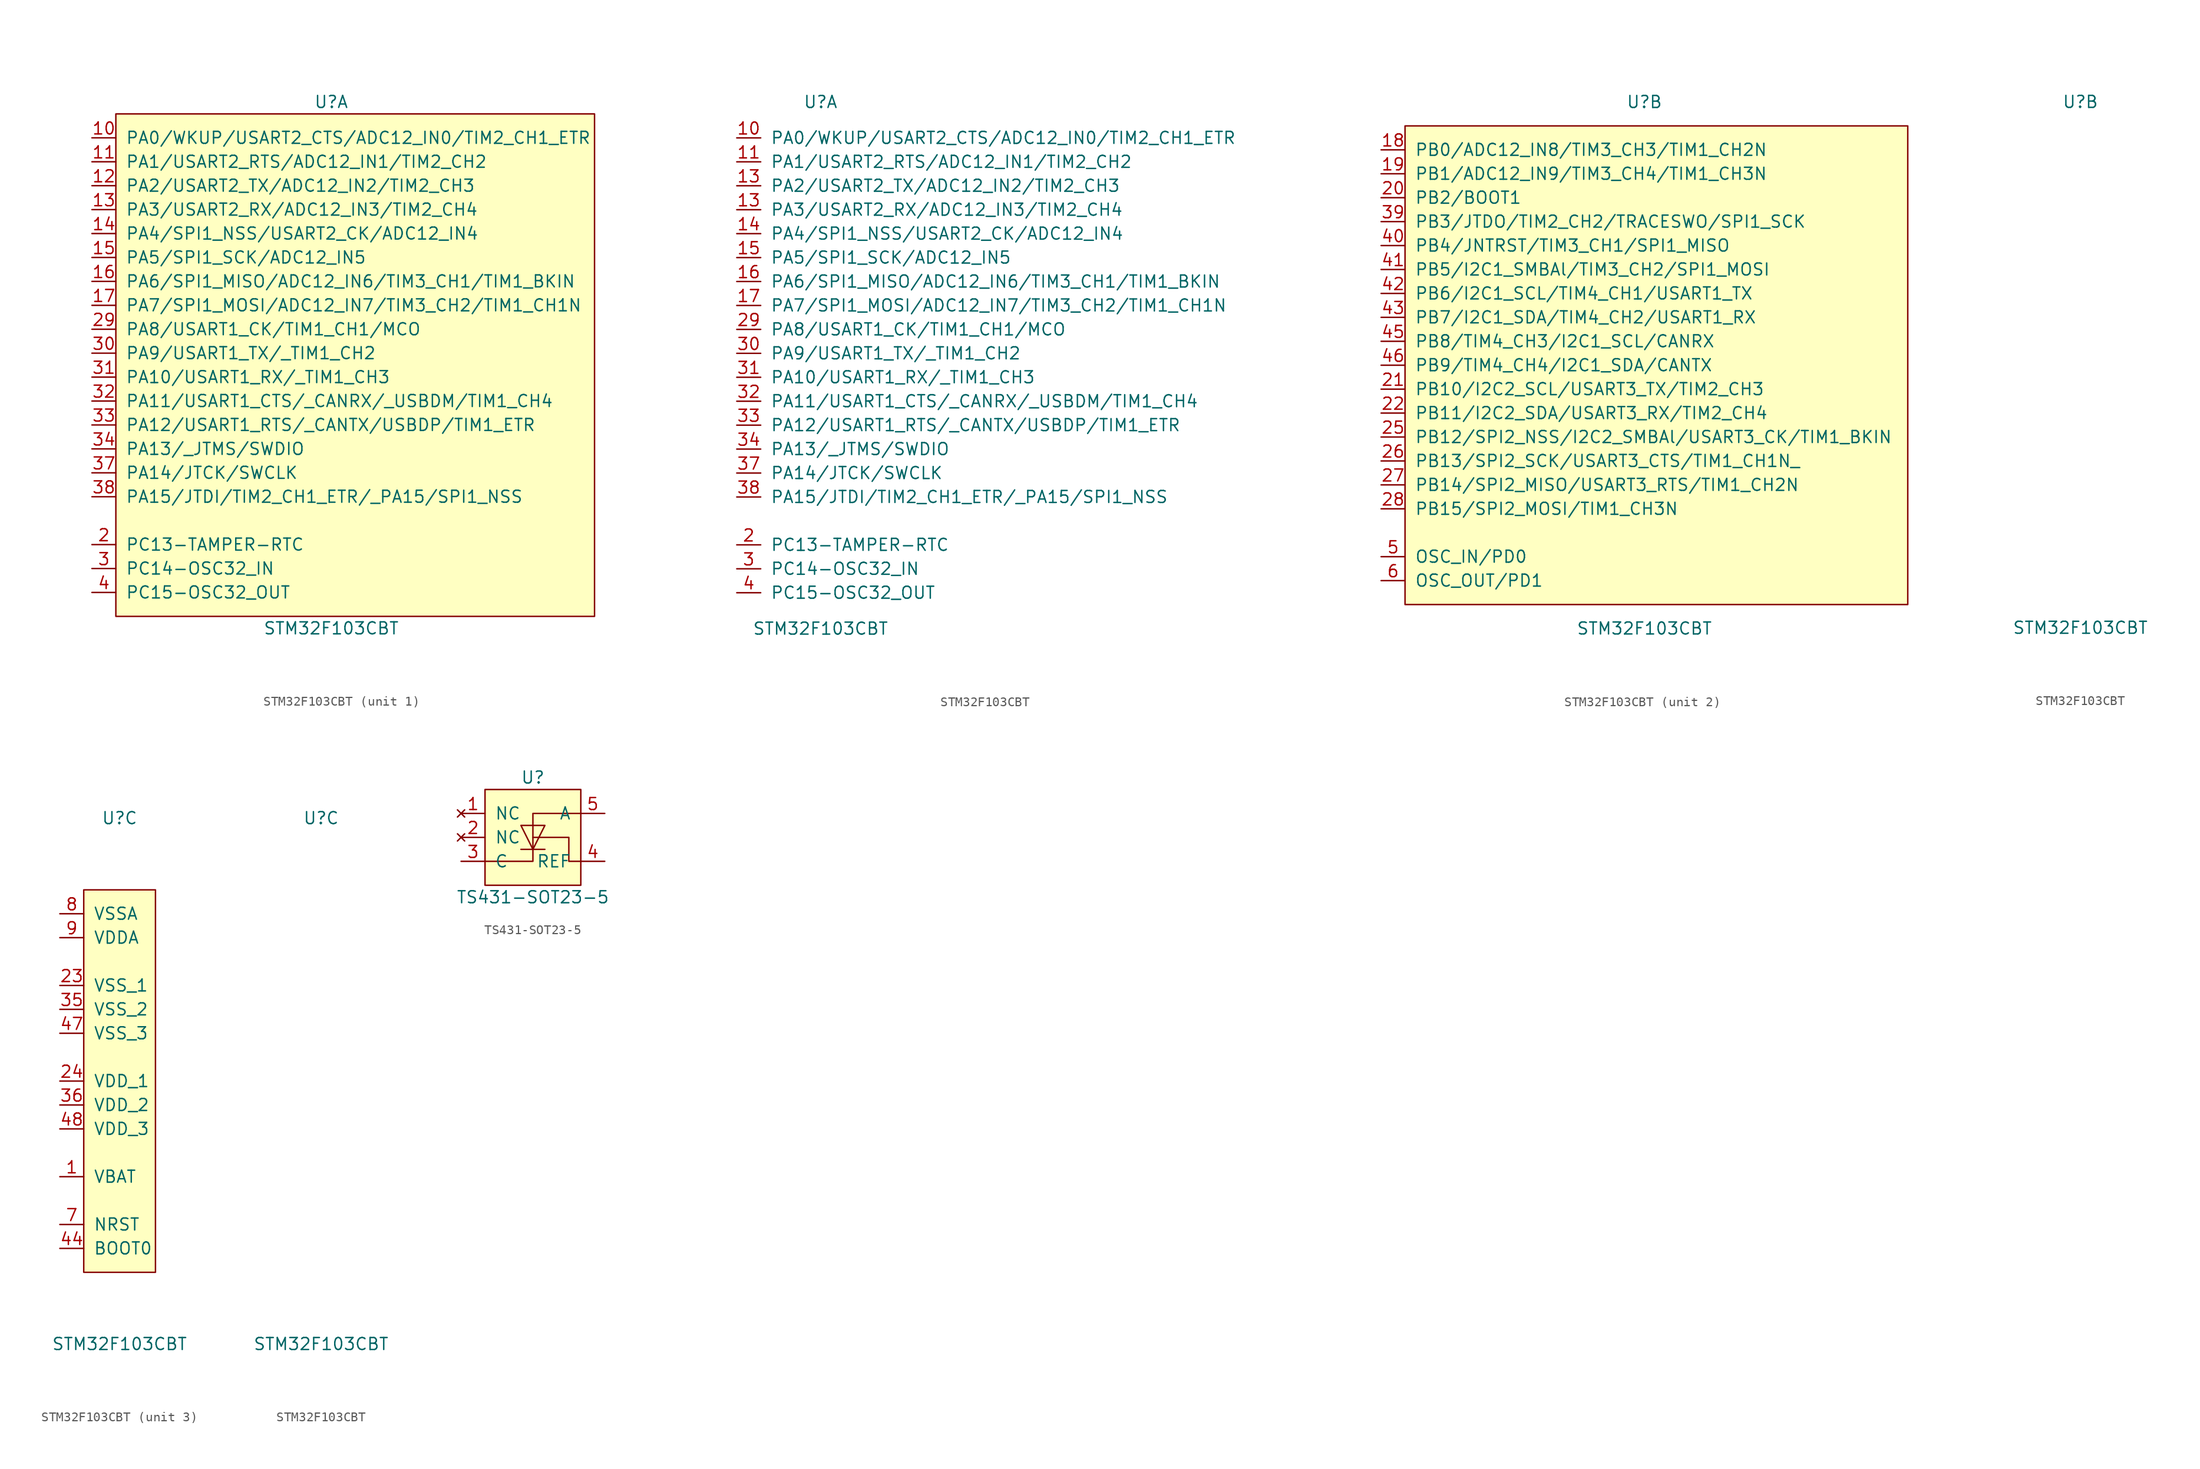
<source format=kicad_sym>
(kicad_symbol_lib
  (version 20211014)
  (generator kicad_symbol_editor)
  (symbol "STM32F103CBT"
    (pin_names
      (offset 1.016))
    (property "Reference" "U"
      (at 0 27.94 0)
      (effects (font (size 1.27 1.27))))
    (property "Value" "STM32F103CBT"
      (at 0 -27.94 0)
      (effects (font (size 1.27 1.27))))
    (property "ki_locked" ""
      (at 0 0 0)
      (effects (font (size 1.27 1.27))))
    (symbol "STM32F103CBT_1_1"
      (rectangle (start -22.86 26.67) (end 27.94 -26.67) (stroke (width 0) (type default) (color 0 0 0 0)) (fill (type background)))
      (pin bidirectional line (at -25.4 24.13 0) (length 2.54) (name "PA0/WKUP/USART2_CTS/ADC12_IN0/TIM2_CH1_ETR" (effects (font (size 1.27 1.27)))) (number "10" (effects (font (size 1.27 1.27)))))
      (pin bidirectional line (at -25.4 21.59 0) (length 2.54) (name "PA1/USART2_RTS/ADC12_IN1/TIM2_CH2" (effects (font (size 1.27 1.27)))) (number "11" (effects (font (size 1.27 1.27)))))
      (pin bidirectional line (at -25.4 19.05 0) (length 2.54) (name "PA2/USART2_TX/ADC12_IN2/TIM2_CH3" (effects (font (size 1.27 1.27)))) (number "12" (effects (font (size 1.27 1.27)))))
      (pin bidirectional line (at -25.4 16.51 0) (length 2.54) (name "PA3/USART2_RX/ADC12_IN3/TIM2_CH4" (effects (font (size 1.27 1.27)))) (number "13" (effects (font (size 1.27 1.27)))))
      (pin bidirectional line (at -25.4 13.97 0) (length 2.54) (name "PA4/SPI1_NSS/USART2_CK/ADC12_IN4" (effects (font (size 1.27 1.27)))) (number "14" (effects (font (size 1.27 1.27)))))
      (pin bidirectional line (at -25.4 11.43 0) (length 2.54) (name "PA5/SPI1_SCK/ADC12_IN5" (effects (font (size 1.27 1.27)))) (number "15" (effects (font (size 1.27 1.27)))))
      (pin bidirectional line (at -25.4 8.89 0) (length 2.54) (name "PA6/SPI1_MISO/ADC12_IN6/TIM3_CH1/TIM1_BKIN" (effects (font (size 1.27 1.27)))) (number "16" (effects (font (size 1.27 1.27)))))
      (pin bidirectional line (at -25.4 6.35 0) (length 2.54) (name "PA7/SPI1_MOSI/ADC12_IN7/TIM3_CH2/TIM1_CH1N" (effects (font (size 1.27 1.27)))) (number "17" (effects (font (size 1.27 1.27)))))
      (pin bidirectional line (at -25.4 -19.05 0) (length 2.54) (name "PC13-TAMPER-RTC" (effects (font (size 1.27 1.27)))) (number "2" (effects (font (size 1.27 1.27)))))
      (pin bidirectional line (at -25.4 3.81 0) (length 2.54) (name "PA8/USART1_CK/TIM1_CH1/MCO" (effects (font (size 1.27 1.27)))) (number "29" (effects (font (size 1.27 1.27)))))
      (pin bidirectional line (at -25.4 -21.59 0) (length 2.54) (name "PC14-OSC32_IN" (effects (font (size 1.27 1.27)))) (number "3" (effects (font (size 1.27 1.27)))))
      (pin bidirectional line (at -25.4 1.27 0) (length 2.54) (name "PA9/USART1_TX/_TIM1_CH2" (effects (font (size 1.27 1.27)))) (number "30" (effects (font (size 1.27 1.27)))))
      (pin bidirectional line (at -25.4 -1.27 0) (length 2.54) (name "PA10/USART1_RX/_TIM1_CH3" (effects (font (size 1.27 1.27)))) (number "31" (effects (font (size 1.27 1.27)))))
      (pin bidirectional line (at -25.4 -3.81 0) (length 2.54) (name "PA11/USART1_CTS/_CANRX/_USBDM/TIM1_CH4" (effects (font (size 1.27 1.27)))) (number "32" (effects (font (size 1.27 1.27)))))
      (pin bidirectional line (at -25.4 -6.35 0) (length 2.54) (name "PA12/USART1_RTS/_CANTX/USBDP/TIM1_ETR" (effects (font (size 1.27 1.27)))) (number "33" (effects (font (size 1.27 1.27)))))
      (pin bidirectional line (at -25.4 -8.89 0) (length 2.54) (name "PA13/_JTMS/SWDIO" (effects (font (size 1.27 1.27)))) (number "34" (effects (font (size 1.27 1.27)))))
      (pin bidirectional line (at -25.4 -11.43 0) (length 2.54) (name "PA14/JTCK/SWCLK" (effects (font (size 1.27 1.27)))) (number "37" (effects (font (size 1.27 1.27)))))
      (pin bidirectional line (at -25.4 -13.97 0) (length 2.54) (name "PA15/JTDI/TIM2_CH1_ETR/_PA15/SPI1_NSS" (effects (font (size 1.27 1.27)))) (number "38" (effects (font (size 1.27 1.27)))))
      (pin bidirectional line (at -25.4 -24.13 0) (length 2.54) (name "PC15-OSC32_OUT" (effects (font (size 1.27 1.27)))) (number "4" (effects (font (size 1.27 1.27))))))
    (symbol "STM32F103CBT_1_2"
      (pin bidirectional line (at -8.89 24.13 0) (length 2.54) (name "PA0/WKUP/USART2_CTS/ADC12_IN0/TIM2_CH1_ETR" (effects (font (size 1.27 1.27)))) (number "10" (effects (font (size 1.27 1.27)))))
      (pin bidirectional line (at -8.89 21.59 0) (length 2.54) (name "PA1/USART2_RTS/ADC12_IN1/TIM2_CH2" (effects (font (size 1.27 1.27)))) (number "11" (effects (font (size 1.27 1.27)))))
      (pin bidirectional line (at -8.89 19.05 0) (length 2.54) (name "PA2/USART2_TX/ADC12_IN2/TIM2_CH3" (effects (font (size 1.27 1.27)))) (number "13" (effects (font (size 1.27 1.27)))))
      (pin bidirectional line (at -8.89 16.51 0) (length 2.54) (name "PA3/USART2_RX/ADC12_IN3/TIM2_CH4" (effects (font (size 1.27 1.27)))) (number "13" (effects (font (size 1.27 1.27)))))
      (pin bidirectional line (at -8.89 13.97 0) (length 2.54) (name "PA4/SPI1_NSS/USART2_CK/ADC12_IN4" (effects (font (size 1.27 1.27)))) (number "14" (effects (font (size 1.27 1.27)))))
      (pin bidirectional line (at -8.89 11.43 0) (length 2.54) (name "PA5/SPI1_SCK/ADC12_IN5" (effects (font (size 1.27 1.27)))) (number "15" (effects (font (size 1.27 1.27)))))
      (pin bidirectional line (at -8.89 8.89 0) (length 2.54) (name "PA6/SPI1_MISO/ADC12_IN6/TIM3_CH1/TIM1_BKIN" (effects (font (size 1.27 1.27)))) (number "16" (effects (font (size 1.27 1.27)))))
      (pin bidirectional line (at -8.89 6.35 0) (length 2.54) (name "PA7/SPI1_MOSI/ADC12_IN7/TIM3_CH2/TIM1_CH1N" (effects (font (size 1.27 1.27)))) (number "17" (effects (font (size 1.27 1.27)))))
      (pin bidirectional line (at -8.89 -19.05 0) (length 2.54) (name "PC13-TAMPER-RTC" (effects (font (size 1.27 1.27)))) (number "2" (effects (font (size 1.27 1.27)))))
      (pin bidirectional line (at -8.89 3.81 0) (length 2.54) (name "PA8/USART1_CK/TIM1_CH1/MCO" (effects (font (size 1.27 1.27)))) (number "29" (effects (font (size 1.27 1.27)))))
      (pin bidirectional line (at -8.89 -21.59 0) (length 2.54) (name "PC14-OSC32_IN" (effects (font (size 1.27 1.27)))) (number "3" (effects (font (size 1.27 1.27)))))
      (pin bidirectional line (at -8.89 1.27 0) (length 2.54) (name "PA9/USART1_TX/_TIM1_CH2" (effects (font (size 1.27 1.27)))) (number "30" (effects (font (size 1.27 1.27)))))
      (pin bidirectional line (at -8.89 -1.27 0) (length 2.54) (name "PA10/USART1_RX/_TIM1_CH3" (effects (font (size 1.27 1.27)))) (number "31" (effects (font (size 1.27 1.27)))))
      (pin bidirectional line (at -8.89 -3.81 0) (length 2.54) (name "PA11/USART1_CTS/_CANRX/_USBDM/TIM1_CH4" (effects (font (size 1.27 1.27)))) (number "32" (effects (font (size 1.27 1.27)))))
      (pin bidirectional line (at -8.89 -6.35 0) (length 2.54) (name "PA12/USART1_RTS/_CANTX/USBDP/TIM1_ETR" (effects (font (size 1.27 1.27)))) (number "33" (effects (font (size 1.27 1.27)))))
      (pin bidirectional line (at -8.89 -8.89 0) (length 2.54) (name "PA13/_JTMS/SWDIO" (effects (font (size 1.27 1.27)))) (number "34" (effects (font (size 1.27 1.27)))))
      (pin bidirectional line (at -8.89 -11.43 0) (length 2.54) (name "PA14/JTCK/SWCLK" (effects (font (size 1.27 1.27)))) (number "37" (effects (font (size 1.27 1.27)))))
      (pin bidirectional line (at -8.89 -13.97 0) (length 2.54) (name "PA15/JTDI/TIM2_CH1_ETR/_PA15/SPI1_NSS" (effects (font (size 1.27 1.27)))) (number "38" (effects (font (size 1.27 1.27)))))
      (pin bidirectional line (at -8.89 -24.13 0) (length 2.54) (name "PC15-OSC32_OUT" (effects (font (size 1.27 1.27)))) (number "4" (effects (font (size 1.27 1.27))))))
    (symbol "STM32F103CBT_2_1"
      (rectangle (start -25.4 25.4) (end 27.94 -25.4) (stroke (width 0) (type default) (color 0 0 0 0)) (fill (type background)))
      (pin bidirectional line (at -27.94 22.86 0) (length 2.54) (name "PB0/ADC12_IN8/TIM3_CH3/TIM1_CH2N" (effects (font (size 1.27 1.27)))) (number "18" (effects (font (size 1.27 1.27)))))
      (pin bidirectional line (at -27.94 20.32 0) (length 2.54) (name "PB1/ADC12_IN9/TIM3_CH4/TIM1_CH3N" (effects (font (size 1.27 1.27)))) (number "19" (effects (font (size 1.27 1.27)))))
      (pin bidirectional line (at -27.94 17.78 0) (length 2.54) (name "PB2/BOOT1" (effects (font (size 1.27 1.27)))) (number "20" (effects (font (size 1.27 1.27)))))
      (pin bidirectional line (at -27.94 -2.54 0) (length 2.54) (name "PB10/I2C2_SCL/USART3_TX/TIM2_CH3" (effects (font (size 1.27 1.27)))) (number "21" (effects (font (size 1.27 1.27)))))
      (pin bidirectional line (at -27.94 -5.08 0) (length 2.54) (name "PB11/I2C2_SDA/USART3_RX/TIM2_CH4" (effects (font (size 1.27 1.27)))) (number "22" (effects (font (size 1.27 1.27)))))
      (pin bidirectional line (at -27.94 -7.62 0) (length 2.54) (name "PB12/SPI2_NSS/I2C2_SMBAl/USART3_CK/TIM1_BKIN" (effects (font (size 1.27 1.27)))) (number "25" (effects (font (size 1.27 1.27)))))
      (pin bidirectional line (at -27.94 -10.16 0) (length 2.54) (name "PB13/SPI2_SCK/USART3_CTS/TIM1_CH1N_" (effects (font (size 1.27 1.27)))) (number "26" (effects (font (size 1.27 1.27)))))
      (pin bidirectional line (at -27.94 -12.7 0) (length 2.54) (name "PB14/SPI2_MISO/USART3_RTS/TIM1_CH2N" (effects (font (size 1.27 1.27)))) (number "27" (effects (font (size 1.27 1.27)))))
      (pin bidirectional line (at -27.94 -15.24 0) (length 2.54) (name "PB15/SPI2_MOSI/TIM1_CH3N" (effects (font (size 1.27 1.27)))) (number "28" (effects (font (size 1.27 1.27)))))
      (pin bidirectional line (at -27.94 15.24 0) (length 2.54) (name "PB3/JTDO/TIM2_CH2/TRACESWO/SPI1_SCK" (effects (font (size 1.27 1.27)))) (number "39" (effects (font (size 1.27 1.27)))))
      (pin bidirectional line (at -27.94 12.7 0) (length 2.54) (name "PB4/JNTRST/TIM3_CH1/SPI1_MISO" (effects (font (size 1.27 1.27)))) (number "40" (effects (font (size 1.27 1.27)))))
      (pin bidirectional line (at -27.94 10.16 0) (length 2.54) (name "PB5/I2C1_SMBAl/TIM3_CH2/SPI1_MOSI" (effects (font (size 1.27 1.27)))) (number "41" (effects (font (size 1.27 1.27)))))
      (pin bidirectional line (at -27.94 7.62 0) (length 2.54) (name "PB6/I2C1_SCL/TIM4_CH1/USART1_TX" (effects (font (size 1.27 1.27)))) (number "42" (effects (font (size 1.27 1.27)))))
      (pin bidirectional line (at -27.94 5.08 0) (length 2.54) (name "PB7/I2C1_SDA/TIM4_CH2/USART1_RX" (effects (font (size 1.27 1.27)))) (number "43" (effects (font (size 1.27 1.27)))))
      (pin bidirectional line (at -27.94 2.54 0) (length 2.54) (name "PB8/TIM4_CH3/I2C1_SCL/CANRX" (effects (font (size 1.27 1.27)))) (number "45" (effects (font (size 1.27 1.27)))))
      (pin bidirectional line (at -27.94 0 0) (length 2.54) (name "PB9/TIM4_CH4/I2C1_SDA/CANTX" (effects (font (size 1.27 1.27)))) (number "46" (effects (font (size 1.27 1.27)))))
      (pin bidirectional line (at -27.94 -20.32 0) (length 2.54) (name "OSC_IN/PD0" (effects (font (size 1.27 1.27)))) (number "5" (effects (font (size 1.27 1.27)))))
      (pin bidirectional line (at -27.94 -22.86 0) (length 2.54) (name "OSC_OUT/PD1" (effects (font (size 1.27 1.27)))) (number "6" (effects (font (size 1.27 1.27))))))
    (symbol "STM32F103CBT_3_1"
      (rectangle (start -3.81 20.32) (end 3.81 -20.32) (stroke (width 0) (type default) (color 0 0 0 0)) (fill (type background)))
      (pin power_in line (at -6.35 -10.16 0) (length 2.54) (name "VBAT" (effects (font (size 1.27 1.27)))) (number "1" (effects (font (size 1.27 1.27)))))
      (pin power_in line (at -6.35 10.16 0) (length 2.54) (name "VSS_1" (effects (font (size 1.27 1.27)))) (number "23" (effects (font (size 1.27 1.27)))))
      (pin power_in line (at -6.35 0 0) (length 2.54) (name "VDD_1" (effects (font (size 1.27 1.27)))) (number "24" (effects (font (size 1.27 1.27)))))
      (pin power_in line (at -6.35 7.62 0) (length 2.54) (name "VSS_2" (effects (font (size 1.27 1.27)))) (number "35" (effects (font (size 1.27 1.27)))))
      (pin power_in line (at -6.35 -2.54 0) (length 2.54) (name "VDD_2" (effects (font (size 1.27 1.27)))) (number "36" (effects (font (size 1.27 1.27)))))
      (pin input line (at -6.35 -17.78 0) (length 2.54) (name "BOOT0" (effects (font (size 1.27 1.27)))) (number "44" (effects (font (size 1.27 1.27)))))
      (pin power_in line (at -6.35 5.08 0) (length 2.54) (name "VSS_3" (effects (font (size 1.27 1.27)))) (number "47" (effects (font (size 1.27 1.27)))))
      (pin power_in line (at -6.35 -5.08 0) (length 2.54) (name "VDD_3" (effects (font (size 1.27 1.27)))) (number "48" (effects (font (size 1.27 1.27)))))
      (pin input line (at -6.35 -15.24 0) (length 2.54) (name "NRST" (effects (font (size 1.27 1.27)))) (number "7" (effects (font (size 1.27 1.27)))))
      (pin power_in line (at -6.35 17.78 0) (length 2.54) (name "VSSA" (effects (font (size 1.27 1.27)))) (number "8" (effects (font (size 1.27 1.27)))))
      (pin power_in line (at -6.35 15.24 0) (length 2.54) (name "VDDA" (effects (font (size 1.27 1.27)))) (number "9" (effects (font (size 1.27 1.27)))))))
  (symbol "TS431-SOT23-5"
    (pin_names
      (offset 1.016))
    (property "Reference" "U"
      (at 0 6.35 0)
      (effects (font (size 1.27 1.27))))
    (property "Value" "TS431-SOT23-5"
      (at 0 -6.35 0)
      (effects (font (size 1.27 1.27))))
    (symbol "TS431-SOT23-5_0_1"
      (rectangle (start -5.08 -5.08) (end 5.08 5.08) (stroke (width 0) (type default) (color 0 0 0 0)) (fill (type background)))
      (polyline (pts (xy -1.27 -1.27) (xy 1.27 -1.27)) (stroke (width 0) (type default) (color 0 0 0 0)) (fill (type none)))
      (polyline (pts (xy 0 -1.27) (xy -1.27 1.27) (xy 1.27 1.27) (xy 0 -1.27)) (stroke (width 0) (type default) (color 0 0 0 0)) (fill (type none)))
      (polyline (pts (xy 5.08 -2.54) (xy 3.81 -2.54) (xy 3.81 0) (xy 0 0)) (stroke (width 0) (type default) (color 0 0 0 0)) (fill (type none)))
      (polyline (pts (xy 5.08 2.54) (xy 0 2.54) (xy 0 -2.54) (xy -5.08 -2.54)) (stroke (width 0) (type default) (color 0 0 0 0)) (fill (type none))))
    (symbol "TS431-SOT23-5_1_1"
      (pin no_connect line (at -7.62 2.54 0) (length 2.54) (name "NC" (effects (font (size 1.27 1.27)))) (number "1" (effects (font (size 1.27 1.27)))))
      (pin no_connect line (at -7.62 0 0) (length 2.54) (name "NC" (effects (font (size 1.27 1.27)))) (number "2" (effects (font (size 1.27 1.27)))))
      (pin unspecified line (at -7.62 -2.54 0) (length 2.54) (name "C" (effects (font (size 1.27 1.27)))) (number "3" (effects (font (size 1.27 1.27)))))
      (pin input line (at 7.62 -2.54 180) (length 2.54) (name "REF" (effects (font (size 1.27 1.27)))) (number "4" (effects (font (size 1.27 1.27)))))
      (pin input line (at 7.62 2.54 180) (length 2.54) (name "A" (effects (font (size 1.27 1.27)))) (number "5" (effects (font (size 1.27 1.27))))))))
</source>
